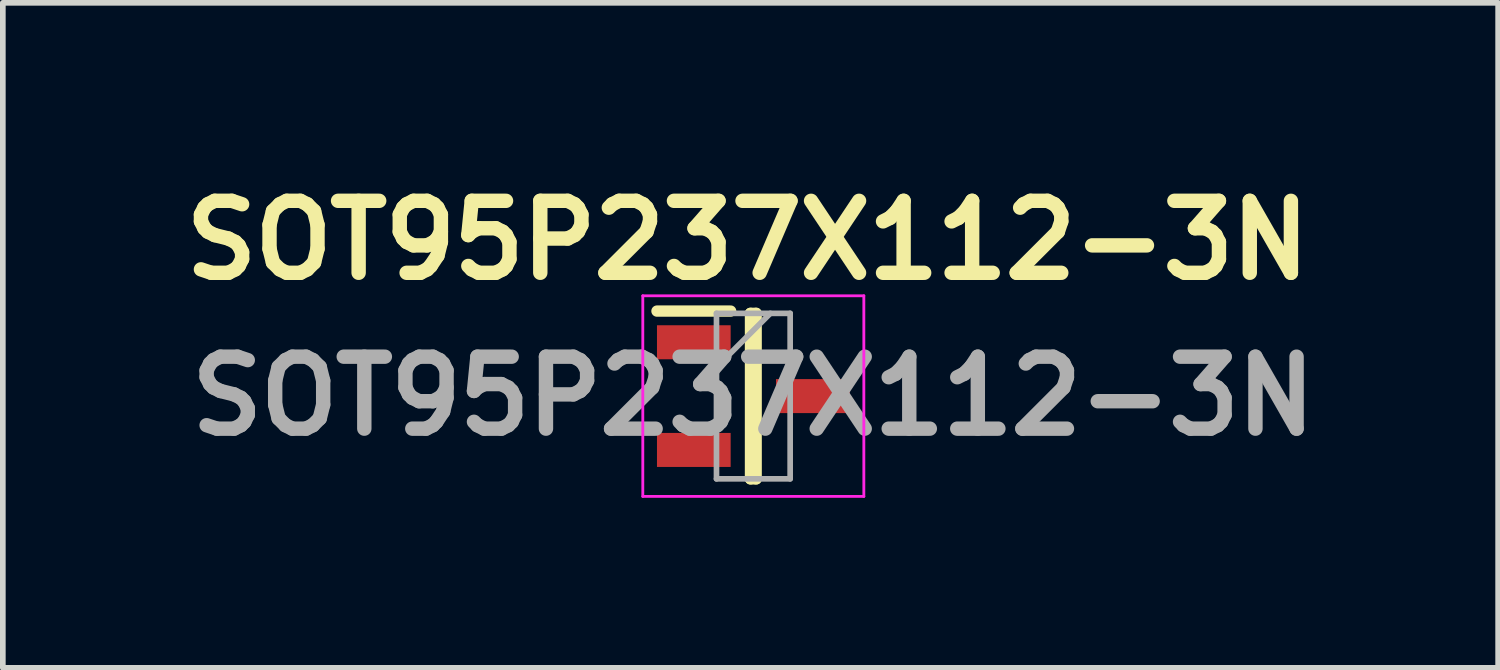
<source format=kicad_pcb>
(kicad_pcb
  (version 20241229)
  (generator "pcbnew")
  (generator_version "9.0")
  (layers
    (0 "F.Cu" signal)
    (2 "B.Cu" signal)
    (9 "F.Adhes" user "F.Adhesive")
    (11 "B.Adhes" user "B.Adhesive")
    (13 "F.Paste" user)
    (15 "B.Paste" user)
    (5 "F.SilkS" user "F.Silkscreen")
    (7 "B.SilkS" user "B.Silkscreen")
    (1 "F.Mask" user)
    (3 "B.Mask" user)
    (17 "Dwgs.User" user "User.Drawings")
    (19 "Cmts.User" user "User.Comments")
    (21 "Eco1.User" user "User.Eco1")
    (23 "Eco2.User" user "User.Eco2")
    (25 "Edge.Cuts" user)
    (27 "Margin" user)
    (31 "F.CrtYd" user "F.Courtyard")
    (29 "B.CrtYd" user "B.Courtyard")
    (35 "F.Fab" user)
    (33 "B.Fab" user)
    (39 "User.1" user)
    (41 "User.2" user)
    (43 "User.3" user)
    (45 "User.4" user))
  (footprint "SOT95P237X112-3N"
    (layer "F.Cu")
    (at 10.242 3.939)
    (property "Reference" "SOT95P237X112-3N" (at -0.1 -2.75 0) (layer "F.SilkS") (effects (font (size 1.27 1.27) (thickness 0.254))))
    (attr smd)
    (fp_line (start -1.7 -1.5) (end -0.4 -1.5) (stroke (width 0.2) (type solid)) (layer "F.SilkS"))
    (fp_line (start -0.05 -1.46) (end 0.05 -1.46) (stroke (width 0.2) (type solid)) (layer "F.SilkS"))
    (fp_line (start -0.05 1.46) (end -0.05 -1.46) (stroke (width 0.2) (type solid)) (layer "F.SilkS"))
    (fp_line (start 0.05 -1.46) (end 0.05 1.46) (stroke (width 0.2) (type solid)) (layer "F.SilkS"))
    (fp_line (start 0.05 1.46) (end -0.05 1.46) (stroke (width 0.2) (type solid)) (layer "F.SilkS"))
    (fp_line (start -1.95 -1.77) (end 1.95 -1.77) (stroke (width 0.05) (type solid)) (layer "F.CrtYd"))
    (fp_line (start -1.95 1.77) (end -1.95 -1.77) (stroke (width 0.05) (type solid)) (layer "F.CrtYd"))
    (fp_line (start 1.95 -1.77) (end 1.95 1.77) (stroke (width 0.05) (type solid)) (layer "F.CrtYd"))
    (fp_line (start 1.95 1.77) (end -1.95 1.77) (stroke (width 0.05) (type solid)) (layer "F.CrtYd"))
    (fp_line (start -0.65 -1.46) (end 0.65 -1.46) (stroke (width 0.1) (type solid)) (layer "F.Fab"))
    (fp_line (start -0.65 -0.51) (end 0.3 -1.46) (stroke (width 0.1) (type solid)) (layer "F.Fab"))
    (fp_line (start -0.65 1.46) (end -0.65 -1.46) (stroke (width 0.1) (type solid)) (layer "F.Fab"))
    (fp_line (start 0.65 -1.46) (end 0.65 1.46) (stroke (width 0.1) (type solid)) (layer "F.Fab"))
    (fp_line (start 0.65 1.46) (end -0.65 1.46) (stroke (width 0.1) (type solid)) (layer "F.Fab"))
    (fp_text user "${REFERENCE}" (at 0 0 0) (layer "F.Fab") (effects (font (size 1.27 1.27) (thickness 0.254))))
    (pad "1" smd rect (at -1.05 -0.95 90) (size 0.6 1.3) (layers "F.Cu" "F.Mask" "F.Paste"))
    (pad "2" smd rect (at -1.05 0.95 90) (size 0.6 1.3) (layers "F.Cu" "F.Mask" "F.Paste"))
    (pad "3" smd rect (at 1.05 0 90) (size 0.6 1.3) (layers "F.Cu" "F.Mask" "F.Paste")))
  (gr_rect
    (start -3 -3)
    (end 23.384 8.734)
    (stroke (width 0.1) (type default))
    (fill no)
    (layer "Edge.Cuts")))
</source>
